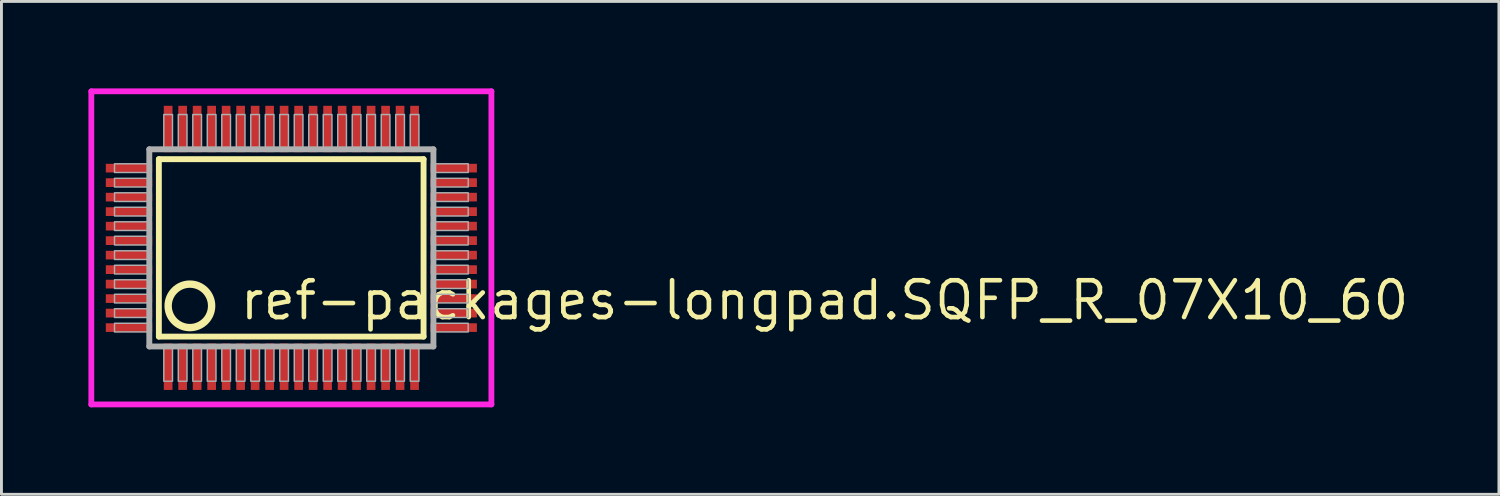
<source format=kicad_pcb>
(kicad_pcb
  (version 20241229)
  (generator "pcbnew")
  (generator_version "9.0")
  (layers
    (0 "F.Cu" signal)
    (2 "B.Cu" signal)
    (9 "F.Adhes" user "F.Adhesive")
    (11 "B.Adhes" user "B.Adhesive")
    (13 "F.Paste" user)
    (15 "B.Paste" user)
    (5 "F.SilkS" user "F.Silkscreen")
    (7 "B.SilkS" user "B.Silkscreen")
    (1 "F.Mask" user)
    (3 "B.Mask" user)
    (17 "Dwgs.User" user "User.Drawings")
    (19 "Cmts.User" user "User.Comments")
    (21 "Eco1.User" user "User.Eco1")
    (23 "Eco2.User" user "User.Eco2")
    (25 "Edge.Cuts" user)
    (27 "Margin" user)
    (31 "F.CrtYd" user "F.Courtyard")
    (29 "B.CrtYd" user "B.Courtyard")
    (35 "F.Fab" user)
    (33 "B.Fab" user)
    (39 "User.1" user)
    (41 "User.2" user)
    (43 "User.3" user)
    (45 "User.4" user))
  (footprint "ref-packages-longpad.SQFP_R_07X10_60"
    (layer "F.Cu")
    (at 7 5.5)
    (property "Reference" "ref-packages-longpad.SQFP_R_07X10_60" (at -1.85 2.55 0) (layer "F.SilkS") (effects (font (size 1.27 1.27) (thickness 0.16)) (justify left bottom)))
    (attr smd)
    (fp_line (start -4.57 -3.06) (end 4.56 -3.06) (stroke (width 0.203) (type default)) (layer "F.SilkS"))
    (fp_line (start -4.57 3.06) (end -4.57 -3.06) (stroke (width 0.203) (type default)) (layer "F.SilkS"))
    (fp_line (start 4.56 -3.06) (end 4.56 3.06) (stroke (width 0.203) (type default)) (layer "F.SilkS"))
    (fp_line (start 4.56 3.06) (end -4.57 3.06) (stroke (width 0.203) (type default)) (layer "F.SilkS"))
    (fp_circle (center -3.5 2) (end -2.75 2) (stroke (width 0.254) (type default)) (fill no) (layer "F.SilkS"))
    (fp_line (start -6.9 -5.4) (end 6.9 -5.4) (stroke (width 0.2) (type default)) (layer "F.CrtYd"))
    (fp_line (start -6.9 5.4) (end -6.9 -5.4) (stroke (width 0.2) (type default)) (layer "F.CrtYd"))
    (fp_line (start 6.9 -5.4) (end 6.9 5.4) (stroke (width 0.2) (type default)) (layer "F.CrtYd"))
    (fp_line (start 6.9 5.4) (end -6.9 5.4) (stroke (width 0.2) (type default)) (layer "F.CrtYd"))
    (fp_line (start -4.9 -3.4) (end -4.9 3.4) (stroke (width 0.203) (type default)) (layer "F.Fab"))
    (fp_line (start -4.9 3.4) (end 4.9 3.4) (stroke (width 0.203) (type default)) (layer "F.Fab"))
    (fp_line (start 4.9 -3.4) (end -4.9 -3.4) (stroke (width 0.203) (type default)) (layer "F.Fab"))
    (fp_line (start 4.9 3.4) (end 4.9 -3.4) (stroke (width 0.203) (type default)) (layer "F.Fab"))
    (fp_rect (start -6.1 -2.6) (end -4.95 -2.9) (stroke (width 0.05) (type default)) (fill no) (layer "F.Fab"))
    (fp_rect (start -6.1 -2.1) (end -4.95 -2.4) (stroke (width 0.05) (type default)) (fill no) (layer "F.Fab"))
    (fp_rect (start -6.1 -1.6) (end -4.95 -1.9) (stroke (width 0.05) (type default)) (fill no) (layer "F.Fab"))
    (fp_rect (start -6.1 -1.1) (end -4.95 -1.4) (stroke (width 0.05) (type default)) (fill no) (layer "F.Fab"))
    (fp_rect (start -6.1 -0.6) (end -4.95 -0.9) (stroke (width 0.05) (type default)) (fill no) (layer "F.Fab"))
    (fp_rect (start -6.1 -0.1) (end -4.95 -0.4) (stroke (width 0.05) (type default)) (fill no) (layer "F.Fab"))
    (fp_rect (start -6.1 0.4) (end -4.95 0.1) (stroke (width 0.05) (type default)) (fill no) (layer "F.Fab"))
    (fp_rect (start -6.1 0.9) (end -4.95 0.6) (stroke (width 0.05) (type default)) (fill no) (layer "F.Fab"))
    (fp_rect (start -6.1 1.4) (end -4.95 1.1) (stroke (width 0.05) (type default)) (fill no) (layer "F.Fab"))
    (fp_rect (start -6.1 1.9) (end -4.95 1.6) (stroke (width 0.05) (type default)) (fill no) (layer "F.Fab"))
    (fp_rect (start -6.1 2.4) (end -4.95 2.1) (stroke (width 0.05) (type default)) (fill no) (layer "F.Fab"))
    (fp_rect (start -6.1 2.9) (end -4.95 2.6) (stroke (width 0.05) (type default)) (fill no) (layer "F.Fab"))
    (fp_rect (start -4.4 -3.45) (end -4.1 -4.6) (stroke (width 0.05) (type default)) (fill no) (layer "F.Fab"))
    (fp_rect (start -4.4 4.6) (end -4.1 3.45) (stroke (width 0.05) (type default)) (fill no) (layer "F.Fab"))
    (fp_rect (start -3.9 -3.45) (end -3.6 -4.6) (stroke (width 0.05) (type default)) (fill no) (layer "F.Fab"))
    (fp_rect (start -3.9 4.6) (end -3.6 3.45) (stroke (width 0.05) (type default)) (fill no) (layer "F.Fab"))
    (fp_rect (start -3.4 -3.45) (end -3.1 -4.6) (stroke (width 0.05) (type default)) (fill no) (layer "F.Fab"))
    (fp_rect (start -3.4 4.6) (end -3.1 3.45) (stroke (width 0.05) (type default)) (fill no) (layer "F.Fab"))
    (fp_rect (start -2.9 -3.45) (end -2.6 -4.6) (stroke (width 0.05) (type default)) (fill no) (layer "F.Fab"))
    (fp_rect (start -2.9 4.6) (end -2.6 3.45) (stroke (width 0.05) (type default)) (fill no) (layer "F.Fab"))
    (fp_rect (start -2.4 -3.45) (end -2.1 -4.6) (stroke (width 0.05) (type default)) (fill no) (layer "F.Fab"))
    (fp_rect (start -2.4 4.6) (end -2.1 3.45) (stroke (width 0.05) (type default)) (fill no) (layer "F.Fab"))
    (fp_rect (start -1.9 -3.45) (end -1.6 -4.6) (stroke (width 0.05) (type default)) (fill no) (layer "F.Fab"))
    (fp_rect (start -1.9 4.6) (end -1.6 3.45) (stroke (width 0.05) (type default)) (fill no) (layer "F.Fab"))
    (fp_rect (start -1.4 -3.45) (end -1.1 -4.6) (stroke (width 0.05) (type default)) (fill no) (layer "F.Fab"))
    (fp_rect (start -1.4 4.6) (end -1.1 3.45) (stroke (width 0.05) (type default)) (fill no) (layer "F.Fab"))
    (fp_rect (start -0.9 -3.45) (end -0.6 -4.6) (stroke (width 0.05) (type default)) (fill no) (layer "F.Fab"))
    (fp_rect (start -0.9 4.6) (end -0.6 3.45) (stroke (width 0.05) (type default)) (fill no) (layer "F.Fab"))
    (fp_rect (start -0.4 -3.45) (end -0.1 -4.6) (stroke (width 0.05) (type default)) (fill no) (layer "F.Fab"))
    (fp_rect (start -0.4 4.6) (end -0.1 3.45) (stroke (width 0.05) (type default)) (fill no) (layer "F.Fab"))
    (fp_rect (start 0.1 -3.45) (end 0.4 -4.6) (stroke (width 0.05) (type default)) (fill no) (layer "F.Fab"))
    (fp_rect (start 0.1 4.6) (end 0.4 3.45) (stroke (width 0.05) (type default)) (fill no) (layer "F.Fab"))
    (fp_rect (start 0.6 -3.45) (end 0.9 -4.6) (stroke (width 0.05) (type default)) (fill no) (layer "F.Fab"))
    (fp_rect (start 0.6 4.6) (end 0.9 3.45) (stroke (width 0.05) (type default)) (fill no) (layer "F.Fab"))
    (fp_rect (start 1.1 -3.45) (end 1.4 -4.6) (stroke (width 0.05) (type default)) (fill no) (layer "F.Fab"))
    (fp_rect (start 1.1 4.6) (end 1.4 3.45) (stroke (width 0.05) (type default)) (fill no) (layer "F.Fab"))
    (fp_rect (start 1.6 -3.45) (end 1.9 -4.6) (stroke (width 0.05) (type default)) (fill no) (layer "F.Fab"))
    (fp_rect (start 1.6 4.6) (end 1.9 3.45) (stroke (width 0.05) (type default)) (fill no) (layer "F.Fab"))
    (fp_rect (start 2.1 -3.45) (end 2.4 -4.6) (stroke (width 0.05) (type default)) (fill no) (layer "F.Fab"))
    (fp_rect (start 2.1 4.6) (end 2.4 3.45) (stroke (width 0.05) (type default)) (fill no) (layer "F.Fab"))
    (fp_rect (start 2.6 -3.45) (end 2.9 -4.6) (stroke (width 0.05) (type default)) (fill no) (layer "F.Fab"))
    (fp_rect (start 2.6 4.6) (end 2.9 3.45) (stroke (width 0.05) (type default)) (fill no) (layer "F.Fab"))
    (fp_rect (start 3.1 -3.45) (end 3.4 -4.6) (stroke (width 0.05) (type default)) (fill no) (layer "F.Fab"))
    (fp_rect (start 3.1 4.6) (end 3.4 3.45) (stroke (width 0.05) (type default)) (fill no) (layer "F.Fab"))
    (fp_rect (start 3.6 -3.45) (end 3.9 -4.6) (stroke (width 0.05) (type default)) (fill no) (layer "F.Fab"))
    (fp_rect (start 3.6 4.6) (end 3.9 3.45) (stroke (width 0.05) (type default)) (fill no) (layer "F.Fab"))
    (fp_rect (start 4.1 -3.45) (end 4.4 -4.6) (stroke (width 0.05) (type default)) (fill no) (layer "F.Fab"))
    (fp_rect (start 4.1 4.6) (end 4.4 3.45) (stroke (width 0.05) (type default)) (fill no) (layer "F.Fab"))
    (fp_rect (start 4.95 -2.6) (end 6.1 -2.9) (stroke (width 0.05) (type default)) (fill no) (layer "F.Fab"))
    (fp_rect (start 4.95 -2.1) (end 6.1 -2.4) (stroke (width 0.05) (type default)) (fill no) (layer "F.Fab"))
    (fp_rect (start 4.95 -1.6) (end 6.1 -1.9) (stroke (width 0.05) (type default)) (fill no) (layer "F.Fab"))
    (fp_rect (start 4.95 -1.1) (end 6.1 -1.4) (stroke (width 0.05) (type default)) (fill no) (layer "F.Fab"))
    (fp_rect (start 4.95 -0.6) (end 6.1 -0.9) (stroke (width 0.05) (type default)) (fill no) (layer "F.Fab"))
    (fp_rect (start 4.95 -0.1) (end 6.1 -0.4) (stroke (width 0.05) (type default)) (fill no) (layer "F.Fab"))
    (fp_rect (start 4.95 0.4) (end 6.1 0.1) (stroke (width 0.05) (type default)) (fill no) (layer "F.Fab"))
    (fp_rect (start 4.95 0.9) (end 6.1 0.6) (stroke (width 0.05) (type default)) (fill no) (layer "F.Fab"))
    (fp_rect (start 4.95 1.4) (end 6.1 1.1) (stroke (width 0.05) (type default)) (fill no) (layer "F.Fab"))
    (fp_rect (start 4.95 1.9) (end 6.1 1.6) (stroke (width 0.05) (type default)) (fill no) (layer "F.Fab"))
    (fp_rect (start 4.95 2.4) (end 6.1 2.1) (stroke (width 0.05) (type default)) (fill no) (layer "F.Fab"))
    (fp_rect (start 4.95 2.9) (end 6.1 2.6) (stroke (width 0.05) (type default)) (fill no) (layer "F.Fab"))
    (pad "1" smd roundrect (at -4.25 4.1) (size 0.3 1.6) (layers "F.Cu" "F.Mask" "F.Paste") (roundrect_rratio 0.01))
    (pad "2" smd roundrect (at -3.75 4.1) (size 0.3 1.6) (layers "F.Cu" "F.Mask" "F.Paste") (roundrect_rratio 0.01))
    (pad "3" smd roundrect (at -3.25 4.1) (size 0.3 1.6) (layers "F.Cu" "F.Mask" "F.Paste") (roundrect_rratio 0.01))
    (pad "4" smd roundrect (at -2.75 4.1) (size 0.3 1.6) (layers "F.Cu" "F.Mask" "F.Paste") (roundrect_rratio 0.01))
    (pad "5" smd roundrect (at -2.25 4.1) (size 0.3 1.6) (layers "F.Cu" "F.Mask" "F.Paste") (roundrect_rratio 0.01))
    (pad "6" smd roundrect (at -1.75 4.1) (size 0.3 1.6) (layers "F.Cu" "F.Mask" "F.Paste") (roundrect_rratio 0.01))
    (pad "7" smd roundrect (at -1.25 4.1) (size 0.3 1.6) (layers "F.Cu" "F.Mask" "F.Paste") (roundrect_rratio 0.01))
    (pad "8" smd roundrect (at -0.75 4.1) (size 0.3 1.6) (layers "F.Cu" "F.Mask" "F.Paste") (roundrect_rratio 0.01))
    (pad "9" smd roundrect (at -0.25 4.1) (size 0.3 1.6) (layers "F.Cu" "F.Mask" "F.Paste") (roundrect_rratio 0.01))
    (pad "10" smd roundrect (at 0.25 4.1) (size 0.3 1.6) (layers "F.Cu" "F.Mask" "F.Paste") (roundrect_rratio 0.01))
    (pad "11" smd roundrect (at 0.75 4.1) (size 0.3 1.6) (layers "F.Cu" "F.Mask" "F.Paste") (roundrect_rratio 0.01))
    (pad "12" smd roundrect (at 1.25 4.1) (size 0.3 1.6) (layers "F.Cu" "F.Mask" "F.Paste") (roundrect_rratio 0.01))
    (pad "13" smd roundrect (at 1.75 4.1) (size 0.3 1.6) (layers "F.Cu" "F.Mask" "F.Paste") (roundrect_rratio 0.01))
    (pad "14" smd roundrect (at 2.25 4.1) (size 0.3 1.6) (layers "F.Cu" "F.Mask" "F.Paste") (roundrect_rratio 0.01))
    (pad "15" smd roundrect (at 2.75 4.1) (size 0.3 1.6) (layers "F.Cu" "F.Mask" "F.Paste") (roundrect_rratio 0.01))
    (pad "16" smd roundrect (at 3.25 4.1) (size 0.3 1.6) (layers "F.Cu" "F.Mask" "F.Paste") (roundrect_rratio 0.01))
    (pad "17" smd roundrect (at 3.75 4.1) (size 0.3 1.6) (layers "F.Cu" "F.Mask" "F.Paste") (roundrect_rratio 0.01))
    (pad "18" smd roundrect (at 4.25 4.1) (size 0.3 1.6) (layers "F.Cu" "F.Mask" "F.Paste") (roundrect_rratio 0.01))
    (pad "19" smd roundrect (at 5.6 2.75) (size 1.6 0.3) (layers "F.Cu" "F.Mask" "F.Paste") (roundrect_rratio 0.01))
    (pad "20" smd roundrect (at 5.6 2.25) (size 1.6 0.3) (layers "F.Cu" "F.Mask" "F.Paste") (roundrect_rratio 0.01))
    (pad "21" smd roundrect (at 5.6 1.75) (size 1.6 0.3) (layers "F.Cu" "F.Mask" "F.Paste") (roundrect_rratio 0.01))
    (pad "22" smd roundrect (at 5.6 1.25) (size 1.6 0.3) (layers "F.Cu" "F.Mask" "F.Paste") (roundrect_rratio 0.01))
    (pad "23" smd roundrect (at 5.6 0.75) (size 1.6 0.3) (layers "F.Cu" "F.Mask" "F.Paste") (roundrect_rratio 0.01))
    (pad "24" smd roundrect (at 5.6 0.25) (size 1.6 0.3) (layers "F.Cu" "F.Mask" "F.Paste") (roundrect_rratio 0.01))
    (pad "25" smd roundrect (at 5.6 -0.25) (size 1.6 0.3) (layers "F.Cu" "F.Mask" "F.Paste") (roundrect_rratio 0.01))
    (pad "26" smd roundrect (at 5.6 -0.75) (size 1.6 0.3) (layers "F.Cu" "F.Mask" "F.Paste") (roundrect_rratio 0.01))
    (pad "27" smd roundrect (at 5.6 -1.25) (size 1.6 0.3) (layers "F.Cu" "F.Mask" "F.Paste") (roundrect_rratio 0.01))
    (pad "28" smd roundrect (at 5.6 -1.75) (size 1.6 0.3) (layers "F.Cu" "F.Mask" "F.Paste") (roundrect_rratio 0.01))
    (pad "29" smd roundrect (at 5.6 -2.25) (size 1.6 0.3) (layers "F.Cu" "F.Mask" "F.Paste") (roundrect_rratio 0.01))
    (pad "30" smd roundrect (at 5.6 -2.75) (size 1.6 0.3) (layers "F.Cu" "F.Mask" "F.Paste") (roundrect_rratio 0.01))
    (pad "31" smd roundrect (at 4.25 -4.1) (size 0.3 1.6) (layers "F.Cu" "F.Mask" "F.Paste") (roundrect_rratio 0.01))
    (pad "32" smd roundrect (at 3.75 -4.1) (size 0.3 1.6) (layers "F.Cu" "F.Mask" "F.Paste") (roundrect_rratio 0.01))
    (pad "33" smd roundrect (at 3.25 -4.1) (size 0.3 1.6) (layers "F.Cu" "F.Mask" "F.Paste") (roundrect_rratio 0.01))
    (pad "34" smd roundrect (at 2.75 -4.1) (size 0.3 1.6) (layers "F.Cu" "F.Mask" "F.Paste") (roundrect_rratio 0.01))
    (pad "35" smd roundrect (at 2.25 -4.1) (size 0.3 1.6) (layers "F.Cu" "F.Mask" "F.Paste") (roundrect_rratio 0.01))
    (pad "36" smd roundrect (at 1.75 -4.1) (size 0.3 1.6) (layers "F.Cu" "F.Mask" "F.Paste") (roundrect_rratio 0.01))
    (pad "37" smd roundrect (at 1.25 -4.1) (size 0.3 1.6) (layers "F.Cu" "F.Mask" "F.Paste") (roundrect_rratio 0.01))
    (pad "38" smd roundrect (at 0.75 -4.1) (size 0.3 1.6) (layers "F.Cu" "F.Mask" "F.Paste") (roundrect_rratio 0.01))
    (pad "39" smd roundrect (at 0.25 -4.1) (size 0.3 1.6) (layers "F.Cu" "F.Mask" "F.Paste") (roundrect_rratio 0.01))
    (pad "40" smd roundrect (at -0.25 -4.1) (size 0.3 1.6) (layers "F.Cu" "F.Mask" "F.Paste") (roundrect_rratio 0.01))
    (pad "41" smd roundrect (at -0.75 -4.1) (size 0.3 1.6) (layers "F.Cu" "F.Mask" "F.Paste") (roundrect_rratio 0.01))
    (pad "42" smd roundrect (at -1.25 -4.1) (size 0.3 1.6) (layers "F.Cu" "F.Mask" "F.Paste") (roundrect_rratio 0.01))
    (pad "43" smd roundrect (at -1.75 -4.1) (size 0.3 1.6) (layers "F.Cu" "F.Mask" "F.Paste") (roundrect_rratio 0.01))
    (pad "44" smd roundrect (at -2.25 -4.1) (size 0.3 1.6) (layers "F.Cu" "F.Mask" "F.Paste") (roundrect_rratio 0.01))
    (pad "45" smd roundrect (at -2.75 -4.1) (size 0.3 1.6) (layers "F.Cu" "F.Mask" "F.Paste") (roundrect_rratio 0.01))
    (pad "46" smd roundrect (at -3.25 -4.1) (size 0.3 1.6) (layers "F.Cu" "F.Mask" "F.Paste") (roundrect_rratio 0.01))
    (pad "47" smd roundrect (at -3.75 -4.1) (size 0.3 1.6) (layers "F.Cu" "F.Mask" "F.Paste") (roundrect_rratio 0.01))
    (pad "48" smd roundrect (at -4.25 -4.1) (size 0.3 1.6) (layers "F.Cu" "F.Mask" "F.Paste") (roundrect_rratio 0.01))
    (pad "49" smd roundrect (at -5.6 -2.75) (size 1.6 0.3) (layers "F.Cu" "F.Mask" "F.Paste") (roundrect_rratio 0.01))
    (pad "50" smd roundrect (at -5.6 -2.25) (size 1.6 0.3) (layers "F.Cu" "F.Mask" "F.Paste") (roundrect_rratio 0.01))
    (pad "51" smd roundrect (at -5.6 -1.75) (size 1.6 0.3) (layers "F.Cu" "F.Mask" "F.Paste") (roundrect_rratio 0.01))
    (pad "52" smd roundrect (at -5.6 -1.25) (size 1.6 0.3) (layers "F.Cu" "F.Mask" "F.Paste") (roundrect_rratio 0.01))
    (pad "53" smd roundrect (at -5.6 -0.75) (size 1.6 0.3) (layers "F.Cu" "F.Mask" "F.Paste") (roundrect_rratio 0.01))
    (pad "54" smd roundrect (at -5.6 -0.25) (size 1.6 0.3) (layers "F.Cu" "F.Mask" "F.Paste") (roundrect_rratio 0.01))
    (pad "55" smd roundrect (at -5.6 0.25) (size 1.6 0.3) (layers "F.Cu" "F.Mask" "F.Paste") (roundrect_rratio 0.01))
    (pad "56" smd roundrect (at -5.6 0.75) (size 1.6 0.3) (layers "F.Cu" "F.Mask" "F.Paste") (roundrect_rratio 0.01))
    (pad "57" smd roundrect (at -5.6 1.25) (size 1.6 0.3) (layers "F.Cu" "F.Mask" "F.Paste") (roundrect_rratio 0.01))
    (pad "58" smd roundrect (at -5.6 1.75) (size 1.6 0.3) (layers "F.Cu" "F.Mask" "F.Paste") (roundrect_rratio 0.01))
    (pad "59" smd roundrect (at -5.6 2.25) (size 1.6 0.3) (layers "F.Cu" "F.Mask" "F.Paste") (roundrect_rratio 0.01))
    (pad "60" smd roundrect (at -5.6 2.75) (size 1.6 0.3) (layers "F.Cu" "F.Mask" "F.Paste") (roundrect_rratio 0.01)))
  (gr_rect
    (start -3 -3)
    (end 48.653 14)
    (stroke (width 0.1) (type default))
    (fill no)
    (layer "Edge.Cuts")))
</source>
